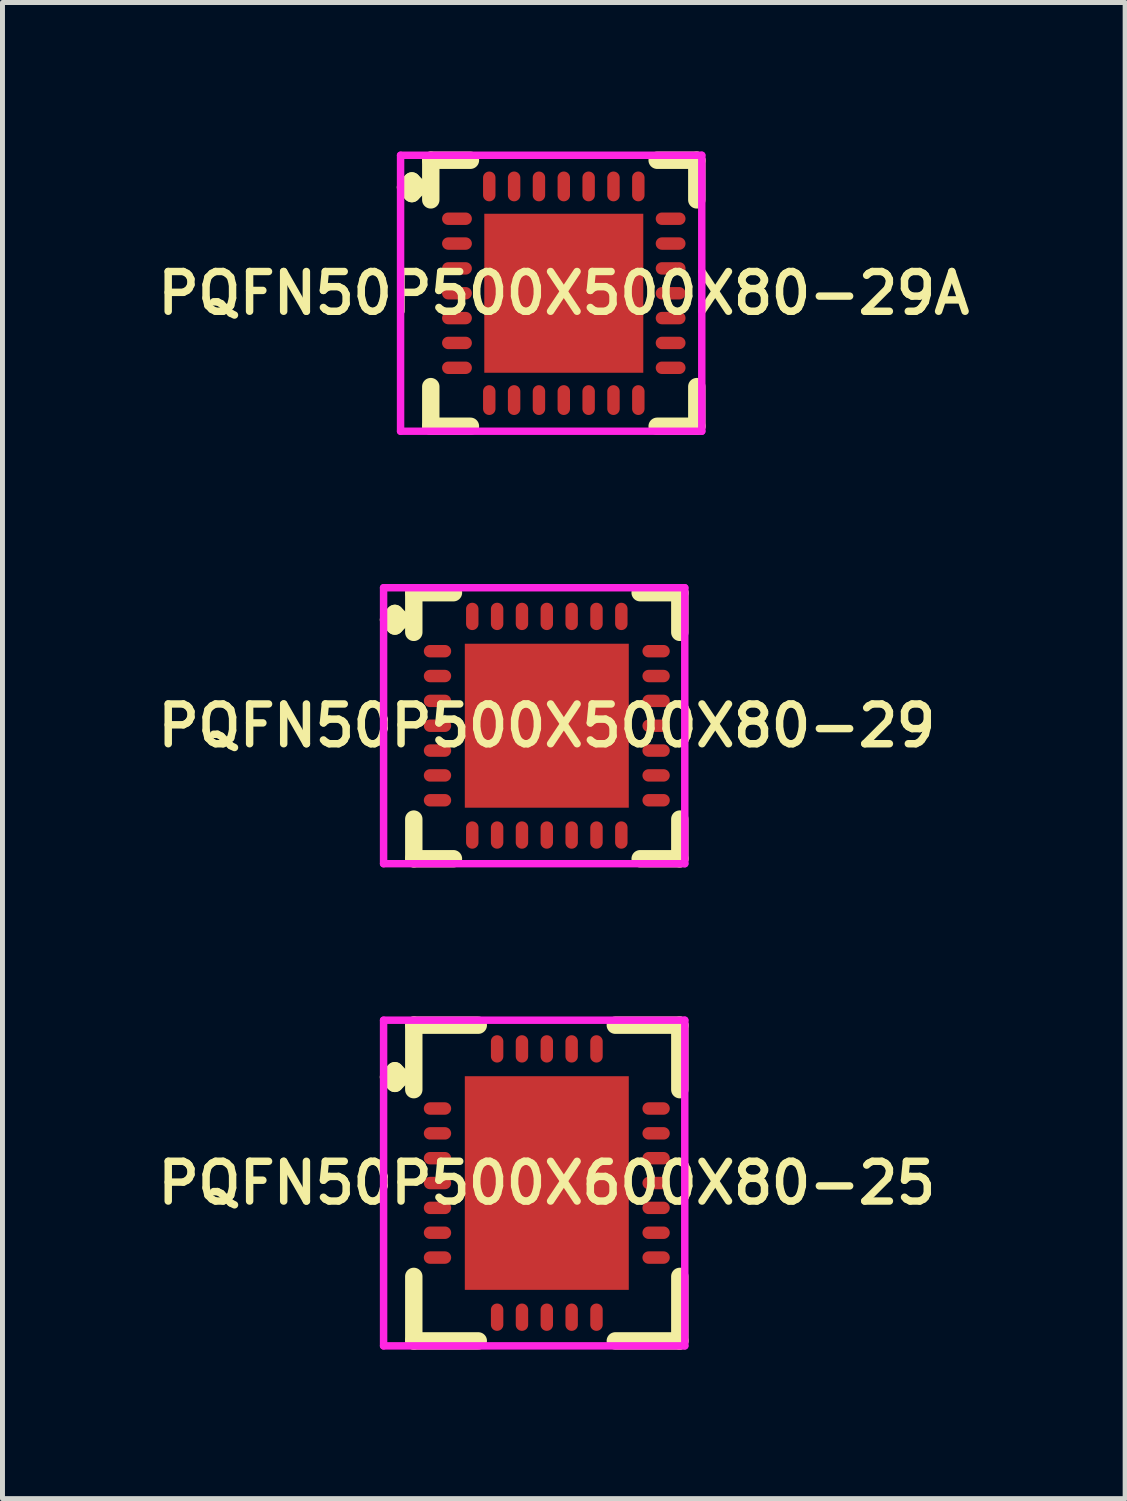
<source format=kicad_pcb>
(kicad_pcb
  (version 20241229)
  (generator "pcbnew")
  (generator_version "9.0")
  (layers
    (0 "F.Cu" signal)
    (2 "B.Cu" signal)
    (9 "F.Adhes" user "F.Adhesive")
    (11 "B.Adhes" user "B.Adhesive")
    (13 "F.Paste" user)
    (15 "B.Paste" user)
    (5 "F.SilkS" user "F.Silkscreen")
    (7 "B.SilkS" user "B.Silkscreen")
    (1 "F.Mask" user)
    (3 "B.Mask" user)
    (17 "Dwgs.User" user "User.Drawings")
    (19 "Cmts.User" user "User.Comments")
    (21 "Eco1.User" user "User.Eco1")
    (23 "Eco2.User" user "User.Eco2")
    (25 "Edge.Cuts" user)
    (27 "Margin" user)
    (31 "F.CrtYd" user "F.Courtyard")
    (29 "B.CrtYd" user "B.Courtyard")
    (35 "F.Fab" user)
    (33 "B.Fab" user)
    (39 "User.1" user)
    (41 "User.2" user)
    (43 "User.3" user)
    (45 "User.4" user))
  (footprint "PQFN50P500X600X80-25"
    (layer "F.Cu")
    (at 7.955 20.76)
    (property "Reference" "PQFN50P500X600X80-25" (at 0 0 0) (layer "F.SilkS") (effects (font (size 0.8 0.8) (thickness 0.15))))
    (attr smd)
    (fp_line (start -3.185 -2.133) (end -3.058 -2.26) (stroke (width 0.35) (type solid)) (layer "F.SilkS"))
    (fp_line (start -3.058 -2.26) (end -2.931 -2.133) (stroke (width 0.35) (type solid)) (layer "F.SilkS"))
    (fp_line (start -3.058 -2.006) (end -3.185 -2.133) (stroke (width 0.35) (type solid)) (layer "F.SilkS"))
    (fp_line (start -2.931 -2.133) (end -3.058 -2.006) (stroke (width 0.35) (type solid)) (layer "F.SilkS"))
    (fp_line (start -2.677 -3.177) (end -1.379 -3.177) (stroke (width 0.35) (type solid)) (layer "F.SilkS"))
    (fp_line (start -2.677 -1.879) (end -2.677 -3.177) (stroke (width 0.35) (type solid)) (layer "F.SilkS"))
    (fp_line (start -2.677 1.879) (end -2.677 3.177) (stroke (width 0.35) (type solid)) (layer "F.SilkS"))
    (fp_line (start -2.677 3.177) (end -1.379 3.177) (stroke (width 0.35) (type solid)) (layer "F.SilkS"))
    (fp_line (start 1.379 -3.177) (end 2.677 -3.177) (stroke (width 0.35) (type solid)) (layer "F.SilkS"))
    (fp_line (start 1.379 3.177) (end 2.677 3.177) (stroke (width 0.35) (type solid)) (layer "F.SilkS"))
    (fp_line (start 2.677 -3.177) (end 2.677 -1.879) (stroke (width 0.35) (type solid)) (layer "F.SilkS"))
    (fp_line (start 2.677 3.177) (end 2.677 1.879) (stroke (width 0.35) (type solid)) (layer "F.SilkS"))
    (fp_line (start -3.285 -3.277) (end 2.777 -3.277) (stroke (width 0.15) (type solid)) (layer "F.CrtYd"))
    (fp_line (start -3.285 3.277) (end -3.285 -3.277) (stroke (width 0.15) (type solid)) (layer "F.CrtYd"))
    (fp_line (start 2.777 -3.277) (end 2.777 3.277) (stroke (width 0.15) (type solid)) (layer "F.CrtYd"))
    (fp_line (start 2.777 3.277) (end -3.285 3.277) (stroke (width 0.15) (type solid)) (layer "F.CrtYd"))
    (pad "1" smd oval (at -2.2 -1.5) (size 0.55 0.25) (layers "F.Cu" "F.Mask" "F.Paste"))
    (pad "2" smd oval (at -2.2 -1) (size 0.55 0.25) (layers "F.Cu" "F.Mask" "F.Paste"))
    (pad "3" smd oval (at -2.2 -0.5) (size 0.55 0.25) (layers "F.Cu" "F.Mask" "F.Paste"))
    (pad "4" smd oval (at -2.2 0) (size 0.55 0.25) (layers "F.Cu" "F.Mask" "F.Paste"))
    (pad "5" smd oval (at -2.2 0.5) (size 0.55 0.25) (layers "F.Cu" "F.Mask" "F.Paste"))
    (pad "6" smd oval (at -2.2 1) (size 0.55 0.25) (layers "F.Cu" "F.Mask" "F.Paste"))
    (pad "7" smd oval (at -2.2 1.5) (size 0.55 0.25) (layers "F.Cu" "F.Mask" "F.Paste"))
    (pad "8" smd oval (at -1 2.7) (size 0.25 0.55) (layers "F.Cu" "F.Mask" "F.Paste"))
    (pad "9" smd oval (at -0.5 2.7) (size 0.25 0.55) (layers "F.Cu" "F.Mask" "F.Paste"))
    (pad "10" smd oval (at 0 2.7) (size 0.25 0.55) (layers "F.Cu" "F.Mask" "F.Paste"))
    (pad "11" smd oval (at 0.5 2.7) (size 0.25 0.55) (layers "F.Cu" "F.Mask" "F.Paste"))
    (pad "12" smd oval (at 1 2.7) (size 0.25 0.55) (layers "F.Cu" "F.Mask" "F.Paste"))
    (pad "13" smd oval (at 2.2 1.5) (size 0.55 0.25) (layers "F.Cu" "F.Mask" "F.Paste"))
    (pad "14" smd oval (at 2.2 1) (size 0.55 0.25) (layers "F.Cu" "F.Mask" "F.Paste"))
    (pad "15" smd oval (at 2.2 0.5) (size 0.55 0.25) (layers "F.Cu" "F.Mask" "F.Paste"))
    (pad "16" smd oval (at 2.2 0) (size 0.55 0.25) (layers "F.Cu" "F.Mask" "F.Paste"))
    (pad "17" smd oval (at 2.2 -0.5) (size 0.55 0.25) (layers "F.Cu" "F.Mask" "F.Paste"))
    (pad "18" smd oval (at 2.2 -1) (size 0.55 0.25) (layers "F.Cu" "F.Mask" "F.Paste"))
    (pad "19" smd oval (at 2.2 -1.5) (size 0.55 0.25) (layers "F.Cu" "F.Mask" "F.Paste"))
    (pad "20" smd oval (at 1 -2.7) (size 0.25 0.55) (layers "F.Cu" "F.Mask" "F.Paste"))
    (pad "21" smd oval (at 0.5 -2.7) (size 0.25 0.55) (layers "F.Cu" "F.Mask" "F.Paste"))
    (pad "22" smd oval (at 0 -2.7) (size 0.25 0.55) (layers "F.Cu" "F.Mask" "F.Paste"))
    (pad "23" smd oval (at -0.5 -2.7) (size 0.25 0.55) (layers "F.Cu" "F.Mask" "F.Paste"))
    (pad "24" smd oval (at -1 -2.7) (size 0.25 0.55) (layers "F.Cu" "F.Mask" "F.Paste"))
    (pad "25" smd rect (at 0 0) (size 3.3 4.3) (layers "F.Cu" "F.Mask" "F.Paste")))
  (footprint "PQFN50P500X500X80-29A"
    (layer "F.Cu")
    (at 8.297 2.852)
    (property "Reference" "PQFN50P500X500X80-29A" (at 0 0 0) (layer "F.SilkS") (effects (font (size 0.8 0.8) (thickness 0.15))))
    (attr smd)
    (fp_line (start -3.185 -2.133) (end -3.058 -2.26) (stroke (width 0.35) (type solid)) (layer "F.SilkS"))
    (fp_line (start -3.058 -2.26) (end -2.931 -2.133) (stroke (width 0.35) (type solid)) (layer "F.SilkS"))
    (fp_line (start -3.058 -2.006) (end -3.185 -2.133) (stroke (width 0.35) (type solid)) (layer "F.SilkS"))
    (fp_line (start -2.931 -2.133) (end -3.058 -2.006) (stroke (width 0.35) (type solid)) (layer "F.SilkS"))
    (fp_line (start -2.677 -2.677) (end -1.879 -2.677) (stroke (width 0.35) (type solid)) (layer "F.SilkS"))
    (fp_line (start -2.677 -1.879) (end -2.677 -2.677) (stroke (width 0.35) (type solid)) (layer "F.SilkS"))
    (fp_line (start -2.677 1.879) (end -2.677 2.677) (stroke (width 0.35) (type solid)) (layer "F.SilkS"))
    (fp_line (start -2.677 2.677) (end -1.879 2.677) (stroke (width 0.35) (type solid)) (layer "F.SilkS"))
    (fp_line (start 1.879 -2.677) (end 2.677 -2.677) (stroke (width 0.35) (type solid)) (layer "F.SilkS"))
    (fp_line (start 1.879 2.677) (end 2.677 2.677) (stroke (width 0.35) (type solid)) (layer "F.SilkS"))
    (fp_line (start 2.677 -2.677) (end 2.677 -1.879) (stroke (width 0.35) (type solid)) (layer "F.SilkS"))
    (fp_line (start 2.677 2.677) (end 2.677 1.879) (stroke (width 0.35) (type solid)) (layer "F.SilkS"))
    (fp_line (start -3.285 -2.777) (end 2.777 -2.777) (stroke (width 0.15) (type solid)) (layer "F.CrtYd"))
    (fp_line (start -3.285 2.777) (end -3.285 -2.777) (stroke (width 0.15) (type solid)) (layer "F.CrtYd"))
    (fp_line (start 2.777 -2.777) (end 2.777 2.777) (stroke (width 0.15) (type solid)) (layer "F.CrtYd"))
    (fp_line (start 2.777 2.777) (end -3.285 2.777) (stroke (width 0.15) (type solid)) (layer "F.CrtYd"))
    (pad "1" smd oval (at -2.15 -1.5) (size 0.6 0.25) (layers "F.Cu" "F.Mask" "F.Paste"))
    (pad "2" smd oval (at -2.15 -1) (size 0.6 0.25) (layers "F.Cu" "F.Mask" "F.Paste"))
    (pad "3" smd oval (at -2.15 -0.5) (size 0.6 0.25) (layers "F.Cu" "F.Mask" "F.Paste"))
    (pad "4" smd oval (at -2.15 0) (size 0.6 0.25) (layers "F.Cu" "F.Mask" "F.Paste"))
    (pad "5" smd oval (at -2.15 0.5) (size 0.6 0.25) (layers "F.Cu" "F.Mask" "F.Paste"))
    (pad "6" smd oval (at -2.15 1) (size 0.6 0.25) (layers "F.Cu" "F.Mask" "F.Paste"))
    (pad "7" smd oval (at -2.15 1.5) (size 0.6 0.25) (layers "F.Cu" "F.Mask" "F.Paste"))
    (pad "8" smd oval (at -1.5 2.15) (size 0.25 0.6) (layers "F.Cu" "F.Mask" "F.Paste"))
    (pad "9" smd oval (at -1 2.15) (size 0.25 0.6) (layers "F.Cu" "F.Mask" "F.Paste"))
    (pad "10" smd oval (at -0.5 2.15) (size 0.25 0.6) (layers "F.Cu" "F.Mask" "F.Paste"))
    (pad "11" smd oval (at 0 2.15) (size 0.25 0.6) (layers "F.Cu" "F.Mask" "F.Paste"))
    (pad "12" smd oval (at 0.5 2.15) (size 0.25 0.6) (layers "F.Cu" "F.Mask" "F.Paste"))
    (pad "13" smd oval (at 1 2.15) (size 0.25 0.6) (layers "F.Cu" "F.Mask" "F.Paste"))
    (pad "14" smd oval (at 1.5 2.15) (size 0.25 0.6) (layers "F.Cu" "F.Mask" "F.Paste"))
    (pad "15" smd oval (at 2.15 1.5) (size 0.6 0.25) (layers "F.Cu" "F.Mask" "F.Paste"))
    (pad "16" smd oval (at 2.15 1) (size 0.6 0.25) (layers "F.Cu" "F.Mask" "F.Paste"))
    (pad "17" smd oval (at 2.15 0.5) (size 0.6 0.25) (layers "F.Cu" "F.Mask" "F.Paste"))
    (pad "18" smd oval (at 2.15 0) (size 0.6 0.25) (layers "F.Cu" "F.Mask" "F.Paste"))
    (pad "19" smd oval (at 2.15 -0.5) (size 0.6 0.25) (layers "F.Cu" "F.Mask" "F.Paste"))
    (pad "20" smd oval (at 2.15 -1) (size 0.6 0.25) (layers "F.Cu" "F.Mask" "F.Paste"))
    (pad "21" smd oval (at 2.15 -1.5) (size 0.6 0.25) (layers "F.Cu" "F.Mask" "F.Paste"))
    (pad "22" smd oval (at 1.5 -2.15) (size 0.25 0.6) (layers "F.Cu" "F.Mask" "F.Paste"))
    (pad "23" smd oval (at 1 -2.15) (size 0.25 0.6) (layers "F.Cu" "F.Mask" "F.Paste"))
    (pad "24" smd oval (at 0.5 -2.15) (size 0.25 0.6) (layers "F.Cu" "F.Mask" "F.Paste"))
    (pad "25" smd oval (at 0 -2.15) (size 0.25 0.6) (layers "F.Cu" "F.Mask" "F.Paste"))
    (pad "26" smd oval (at -0.5 -2.15) (size 0.25 0.6) (layers "F.Cu" "F.Mask" "F.Paste"))
    (pad "27" smd oval (at -1 -2.15) (size 0.25 0.6) (layers "F.Cu" "F.Mask" "F.Paste"))
    (pad "28" smd oval (at -1.5 -2.15) (size 0.25 0.6) (layers "F.Cu" "F.Mask" "F.Paste"))
    (pad "29" smd rect (at 0 0) (size 3.2 3.2) (layers "F.Cu" "F.Mask" "F.Paste")))
  (footprint "PQFN50P500X500X80-29"
    (layer "F.Cu")
    (at 7.955 11.556)
    (property "Reference" "PQFN50P500X500X80-29" (at 0 0 0) (layer "F.SilkS") (effects (font (size 0.8 0.8) (thickness 0.15))))
    (attr smd)
    (fp_line (start -3.185 -2.133) (end -3.058 -2.26) (stroke (width 0.35) (type solid)) (layer "F.SilkS"))
    (fp_line (start -3.058 -2.26) (end -2.931 -2.133) (stroke (width 0.35) (type solid)) (layer "F.SilkS"))
    (fp_line (start -3.058 -2.006) (end -3.185 -2.133) (stroke (width 0.35) (type solid)) (layer "F.SilkS"))
    (fp_line (start -2.931 -2.133) (end -3.058 -2.006) (stroke (width 0.35) (type solid)) (layer "F.SilkS"))
    (fp_line (start -2.677 -2.677) (end -1.879 -2.677) (stroke (width 0.35) (type solid)) (layer "F.SilkS"))
    (fp_line (start -2.677 -1.879) (end -2.677 -2.677) (stroke (width 0.35) (type solid)) (layer "F.SilkS"))
    (fp_line (start -2.677 1.879) (end -2.677 2.677) (stroke (width 0.35) (type solid)) (layer "F.SilkS"))
    (fp_line (start -2.677 2.677) (end -1.879 2.677) (stroke (width 0.35) (type solid)) (layer "F.SilkS"))
    (fp_line (start 1.879 -2.677) (end 2.677 -2.677) (stroke (width 0.35) (type solid)) (layer "F.SilkS"))
    (fp_line (start 1.879 2.677) (end 2.677 2.677) (stroke (width 0.35) (type solid)) (layer "F.SilkS"))
    (fp_line (start 2.677 -2.677) (end 2.677 -1.879) (stroke (width 0.35) (type solid)) (layer "F.SilkS"))
    (fp_line (start 2.677 2.677) (end 2.677 1.879) (stroke (width 0.35) (type solid)) (layer "F.SilkS"))
    (fp_line (start -3.285 -2.777) (end 2.777 -2.777) (stroke (width 0.15) (type solid)) (layer "F.CrtYd"))
    (fp_line (start -3.285 2.777) (end -3.285 -2.777) (stroke (width 0.15) (type solid)) (layer "F.CrtYd"))
    (fp_line (start 2.777 -2.777) (end 2.777 2.777) (stroke (width 0.15) (type solid)) (layer "F.CrtYd"))
    (fp_line (start 2.777 2.777) (end -3.285 2.777) (stroke (width 0.15) (type solid)) (layer "F.CrtYd"))
    (pad "1" smd oval (at -2.2 -1.5) (size 0.55 0.25) (layers "F.Cu" "F.Mask" "F.Paste"))
    (pad "2" smd oval (at -2.2 -1) (size 0.55 0.25) (layers "F.Cu" "F.Mask" "F.Paste"))
    (pad "3" smd oval (at -2.2 -0.5) (size 0.55 0.25) (layers "F.Cu" "F.Mask" "F.Paste"))
    (pad "4" smd oval (at -2.2 0) (size 0.55 0.25) (layers "F.Cu" "F.Mask" "F.Paste"))
    (pad "5" smd oval (at -2.2 0.5) (size 0.55 0.25) (layers "F.Cu" "F.Mask" "F.Paste"))
    (pad "6" smd oval (at -2.2 1) (size 0.55 0.25) (layers "F.Cu" "F.Mask" "F.Paste"))
    (pad "7" smd oval (at -2.2 1.5) (size 0.55 0.25) (layers "F.Cu" "F.Mask" "F.Paste"))
    (pad "8" smd oval (at -1.5 2.2) (size 0.25 0.55) (layers "F.Cu" "F.Mask" "F.Paste"))
    (pad "9" smd oval (at -1 2.2) (size 0.25 0.55) (layers "F.Cu" "F.Mask" "F.Paste"))
    (pad "10" smd oval (at -0.5 2.2) (size 0.25 0.55) (layers "F.Cu" "F.Mask" "F.Paste"))
    (pad "11" smd oval (at 0 2.2) (size 0.25 0.55) (layers "F.Cu" "F.Mask" "F.Paste"))
    (pad "12" smd oval (at 0.5 2.2) (size 0.25 0.55) (layers "F.Cu" "F.Mask" "F.Paste"))
    (pad "13" smd oval (at 1 2.2) (size 0.25 0.55) (layers "F.Cu" "F.Mask" "F.Paste"))
    (pad "14" smd oval (at 1.5 2.2) (size 0.25 0.55) (layers "F.Cu" "F.Mask" "F.Paste"))
    (pad "15" smd oval (at 2.2 1.5) (size 0.55 0.25) (layers "F.Cu" "F.Mask" "F.Paste"))
    (pad "16" smd oval (at 2.2 1) (size 0.55 0.25) (layers "F.Cu" "F.Mask" "F.Paste"))
    (pad "17" smd oval (at 2.2 0.5) (size 0.55 0.25) (layers "F.Cu" "F.Mask" "F.Paste"))
    (pad "18" smd oval (at 2.2 0) (size 0.55 0.25) (layers "F.Cu" "F.Mask" "F.Paste"))
    (pad "19" smd oval (at 2.2 -0.5) (size 0.55 0.25) (layers "F.Cu" "F.Mask" "F.Paste"))
    (pad "20" smd oval (at 2.2 -1) (size 0.55 0.25) (layers "F.Cu" "F.Mask" "F.Paste"))
    (pad "21" smd oval (at 2.2 -1.5) (size 0.55 0.25) (layers "F.Cu" "F.Mask" "F.Paste"))
    (pad "22" smd oval (at 1.5 -2.2) (size 0.25 0.55) (layers "F.Cu" "F.Mask" "F.Paste"))
    (pad "23" smd oval (at 1 -2.2) (size 0.25 0.55) (layers "F.Cu" "F.Mask" "F.Paste"))
    (pad "24" smd oval (at 0.5 -2.2) (size 0.25 0.55) (layers "F.Cu" "F.Mask" "F.Paste"))
    (pad "25" smd oval (at 0 -2.2) (size 0.25 0.55) (layers "F.Cu" "F.Mask" "F.Paste"))
    (pad "26" smd oval (at -0.5 -2.2) (size 0.25 0.55) (layers "F.Cu" "F.Mask" "F.Paste"))
    (pad "27" smd oval (at -1 -2.2) (size 0.25 0.55) (layers "F.Cu" "F.Mask" "F.Paste"))
    (pad "28" smd oval (at -1.5 -2.2) (size 0.25 0.55) (layers "F.Cu" "F.Mask" "F.Paste"))
    (pad "29" smd rect (at 0 0) (size 3.3 3.3) (layers "F.Cu" "F.Mask" "F.Paste")))
  (gr_rect
    (start -3 -3)
    (end 19.595 27.112)
    (stroke (width 0.1) (type default))
    (fill no)
    (layer "Edge.Cuts")))
</source>
